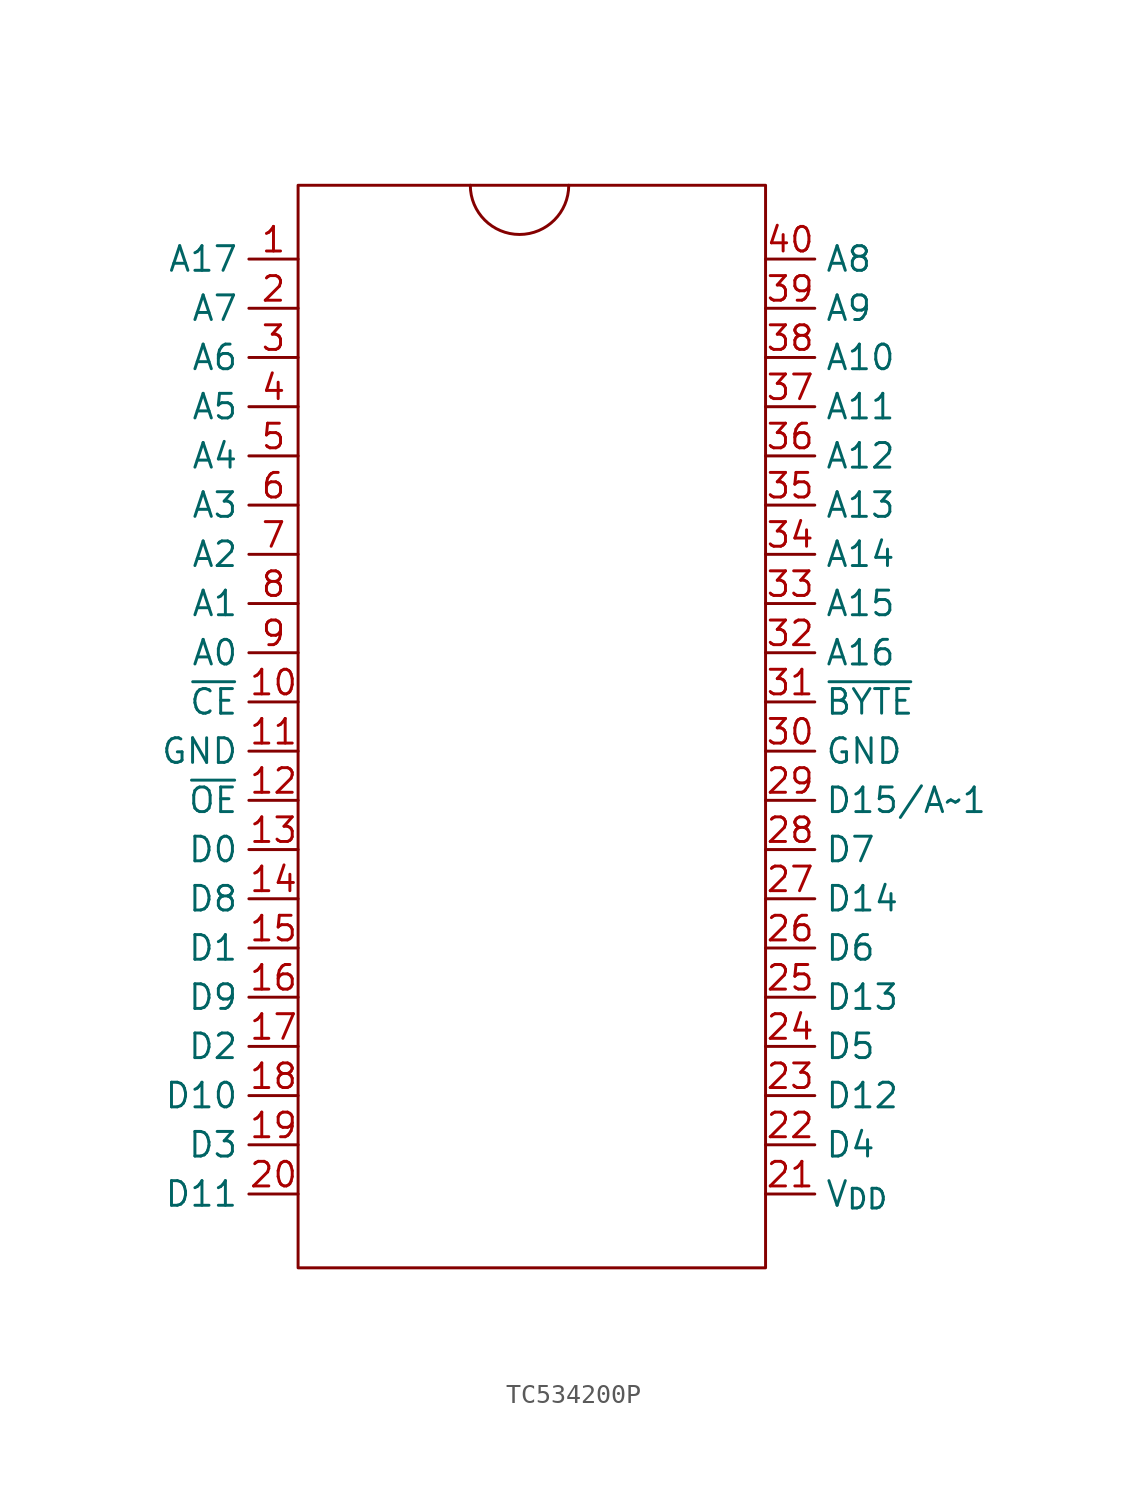
<source format=kicad_sym>
(kicad_symbol_lib
  (version 20241209)
  (generator "kicad_symbol_editor")
  (generator_version "9.0")
  (symbol "TC534200P"
    (property "Reference" "TC534200P"
      (at 0 0 0)
      (effects (font (size 1.27 1.27)) (hide yes)))
    (property "Value" ""
      (at 0 0 0)
      (effects (font (size 1.27 1.27))))
    (symbol "TC534200P_0_1"
      (rectangle (start -11.43 25.4) (end 12.7 -30.48) (stroke (width 0) (type default)) (fill (type none)))
      (arc (start 2.54 25.4) (mid 0 22.86) (end -2.54 25.4) (stroke (width 0) (type default)) (fill (type none))))
    (symbol "TC534200P_1_1"
      (pin input line (at -11.43 21.59 180) (length 2.54) (name "A17" (effects (font (size 1.27 1.27)))) (number "1" (effects (font (size 1.27 1.27)))))
      (pin input line (at -11.43 19.05 180) (length 2.54) (name "A7" (effects (font (size 1.27 1.27)))) (number "2" (effects (font (size 1.27 1.27)))))
      (pin input line (at -11.43 16.51 180) (length 2.54) (name "A6" (effects (font (size 1.27 1.27)))) (number "3" (effects (font (size 1.27 1.27)))))
      (pin input line (at -11.43 13.97 180) (length 2.54) (name "A5" (effects (font (size 1.27 1.27)))) (number "4" (effects (font (size 1.27 1.27)))))
      (pin input line (at -11.43 11.43 180) (length 2.54) (name "A4" (effects (font (size 1.27 1.27)))) (number "5" (effects (font (size 1.27 1.27)))))
      (pin input line (at -11.43 8.89 180) (length 2.54) (name "A3" (effects (font (size 1.27 1.27)))) (number "6" (effects (font (size 1.27 1.27)))))
      (pin input line (at -11.43 6.35 180) (length 2.54) (name "A2" (effects (font (size 1.27 1.27)))) (number "7" (effects (font (size 1.27 1.27)))))
      (pin input line (at -11.43 3.81 180) (length 2.54) (name "A1" (effects (font (size 1.27 1.27)))) (number "8" (effects (font (size 1.27 1.27)))))
      (pin input line (at -11.43 1.27 180) (length 2.54) (name "A0" (effects (font (size 1.27 1.27)))) (number "9" (effects (font (size 1.27 1.27)))))
      (pin input line (at -11.43 -1.27 180) (length 2.54) (name "~{CE}" (effects (font (size 1.27 1.27)))) (number "10" (effects (font (size 1.27 1.27)))))
      (pin power_in line (at -11.43 -3.81 180) (length 2.54) (name "GND" (effects (font (size 1.27 1.27)))) (number "11" (effects (font (size 1.27 1.27)))))
      (pin input line (at -11.43 -6.35 180) (length 2.54) (name "~{OE}" (effects (font (size 1.27 1.27)))) (number "12" (effects (font (size 1.27 1.27)))))
      (pin output line (at -11.43 -8.89 180) (length 2.54) (name "D0" (effects (font (size 1.27 1.27)))) (number "13" (effects (font (size 1.27 1.27)))))
      (pin output line (at -11.43 -11.43 180) (length 2.54) (name "D8" (effects (font (size 1.27 1.27)))) (number "14" (effects (font (size 1.27 1.27)))))
      (pin output line (at -11.43 -13.97 180) (length 2.54) (name "D1" (effects (font (size 1.27 1.27)))) (number "15" (effects (font (size 1.27 1.27)))))
      (pin output line (at -11.43 -16.51 180) (length 2.54) (name "D9" (effects (font (size 1.27 1.27)))) (number "16" (effects (font (size 1.27 1.27)))))
      (pin output line (at -11.43 -19.05 180) (length 2.54) (name "D2" (effects (font (size 1.27 1.27)))) (number "17" (effects (font (size 1.27 1.27)))))
      (pin output line (at -11.43 -21.59 180) (length 2.54) (name "D10" (effects (font (size 1.27 1.27)))) (number "18" (effects (font (size 1.27 1.27)))))
      (pin output line (at -11.43 -24.13 180) (length 2.54) (name "D3" (effects (font (size 1.27 1.27)))) (number "19" (effects (font (size 1.27 1.27)))))
      (pin output line (at -11.43 -26.67 180) (length 2.54) (name "D11" (effects (font (size 1.27 1.27)))) (number "20" (effects (font (size 1.27 1.27)))))
      (pin input line (at 12.7 21.59 0) (length 2.54) (name "A8" (effects (font (size 1.27 1.27)))) (number "40" (effects (font (size 1.27 1.27)))))
      (pin input line (at 12.7 19.05 0) (length 2.54) (name "A9" (effects (font (size 1.27 1.27)))) (number "39" (effects (font (size 1.27 1.27)))))
      (pin input line (at 12.7 16.51 0) (length 2.54) (name "A10" (effects (font (size 1.27 1.27)))) (number "38" (effects (font (size 1.27 1.27)))))
      (pin input line (at 12.7 13.97 0) (length 2.54) (name "A11" (effects (font (size 1.27 1.27)))) (number "37" (effects (font (size 1.27 1.27)))))
      (pin input line (at 12.7 11.43 0) (length 2.54) (name "A12" (effects (font (size 1.27 1.27)))) (number "36" (effects (font (size 1.27 1.27)))))
      (pin input line (at 12.7 8.89 0) (length 2.54) (name "A13" (effects (font (size 1.27 1.27)))) (number "35" (effects (font (size 1.27 1.27)))))
      (pin input line (at 12.7 6.35 0) (length 2.54) (name "A14" (effects (font (size 1.27 1.27)))) (number "34" (effects (font (size 1.27 1.27)))))
      (pin input line (at 12.7 3.81 0) (length 2.54) (name "A15" (effects (font (size 1.27 1.27)))) (number "33" (effects (font (size 1.27 1.27)))))
      (pin input line (at 12.7 1.27 0) (length 2.54) (name "A16" (effects (font (size 1.27 1.27)))) (number "32" (effects (font (size 1.27 1.27)))))
      (pin input line (at 12.7 -1.27 0) (length 2.54) (name "~{BYTE}" (effects (font (size 1.27 1.27)))) (number "31" (effects (font (size 1.27 1.27)))))
      (pin power_in line (at 12.7 -3.81 0) (length 2.54) (name "GND" (effects (font (size 1.27 1.27)))) (number "30" (effects (font (size 1.27 1.27)))))
      (pin bidirectional line (at 12.7 -6.35 0) (length 2.54) (name "D15/A~1" (effects (font (size 1.27 1.27)))) (number "29" (effects (font (size 1.27 1.27)))))
      (pin output line (at 12.7 -8.89 0) (length 2.54) (name "D7" (effects (font (size 1.27 1.27)))) (number "28" (effects (font (size 1.27 1.27)))))
      (pin output line (at 12.7 -11.43 0) (length 2.54) (name "D14" (effects (font (size 1.27 1.27)))) (number "27" (effects (font (size 1.27 1.27)))))
      (pin output line (at 12.7 -13.97 0) (length 2.54) (name "D6" (effects (font (size 1.27 1.27)))) (number "26" (effects (font (size 1.27 1.27)))))
      (pin output line (at 12.7 -16.51 0) (length 2.54) (name "D13" (effects (font (size 1.27 1.27)))) (number "25" (effects (font (size 1.27 1.27)))))
      (pin output line (at 12.7 -19.05 0) (length 2.54) (name "D5" (effects (font (size 1.27 1.27)))) (number "24" (effects (font (size 1.27 1.27)))))
      (pin output line (at 12.7 -21.59 0) (length 2.54) (name "D12" (effects (font (size 1.27 1.27)))) (number "23" (effects (font (size 1.27 1.27)))))
      (pin output line (at 12.7 -24.13 0) (length 2.54) (name "D4" (effects (font (size 1.27 1.27)))) (number "22" (effects (font (size 1.27 1.27)))))
      (pin power_in line (at 12.7 -26.67 0) (length 2.54) (name "V_{DD}" (effects (font (size 1.27 1.27)))) (number "21" (effects (font (size 1.27 1.27))))))))
</source>
